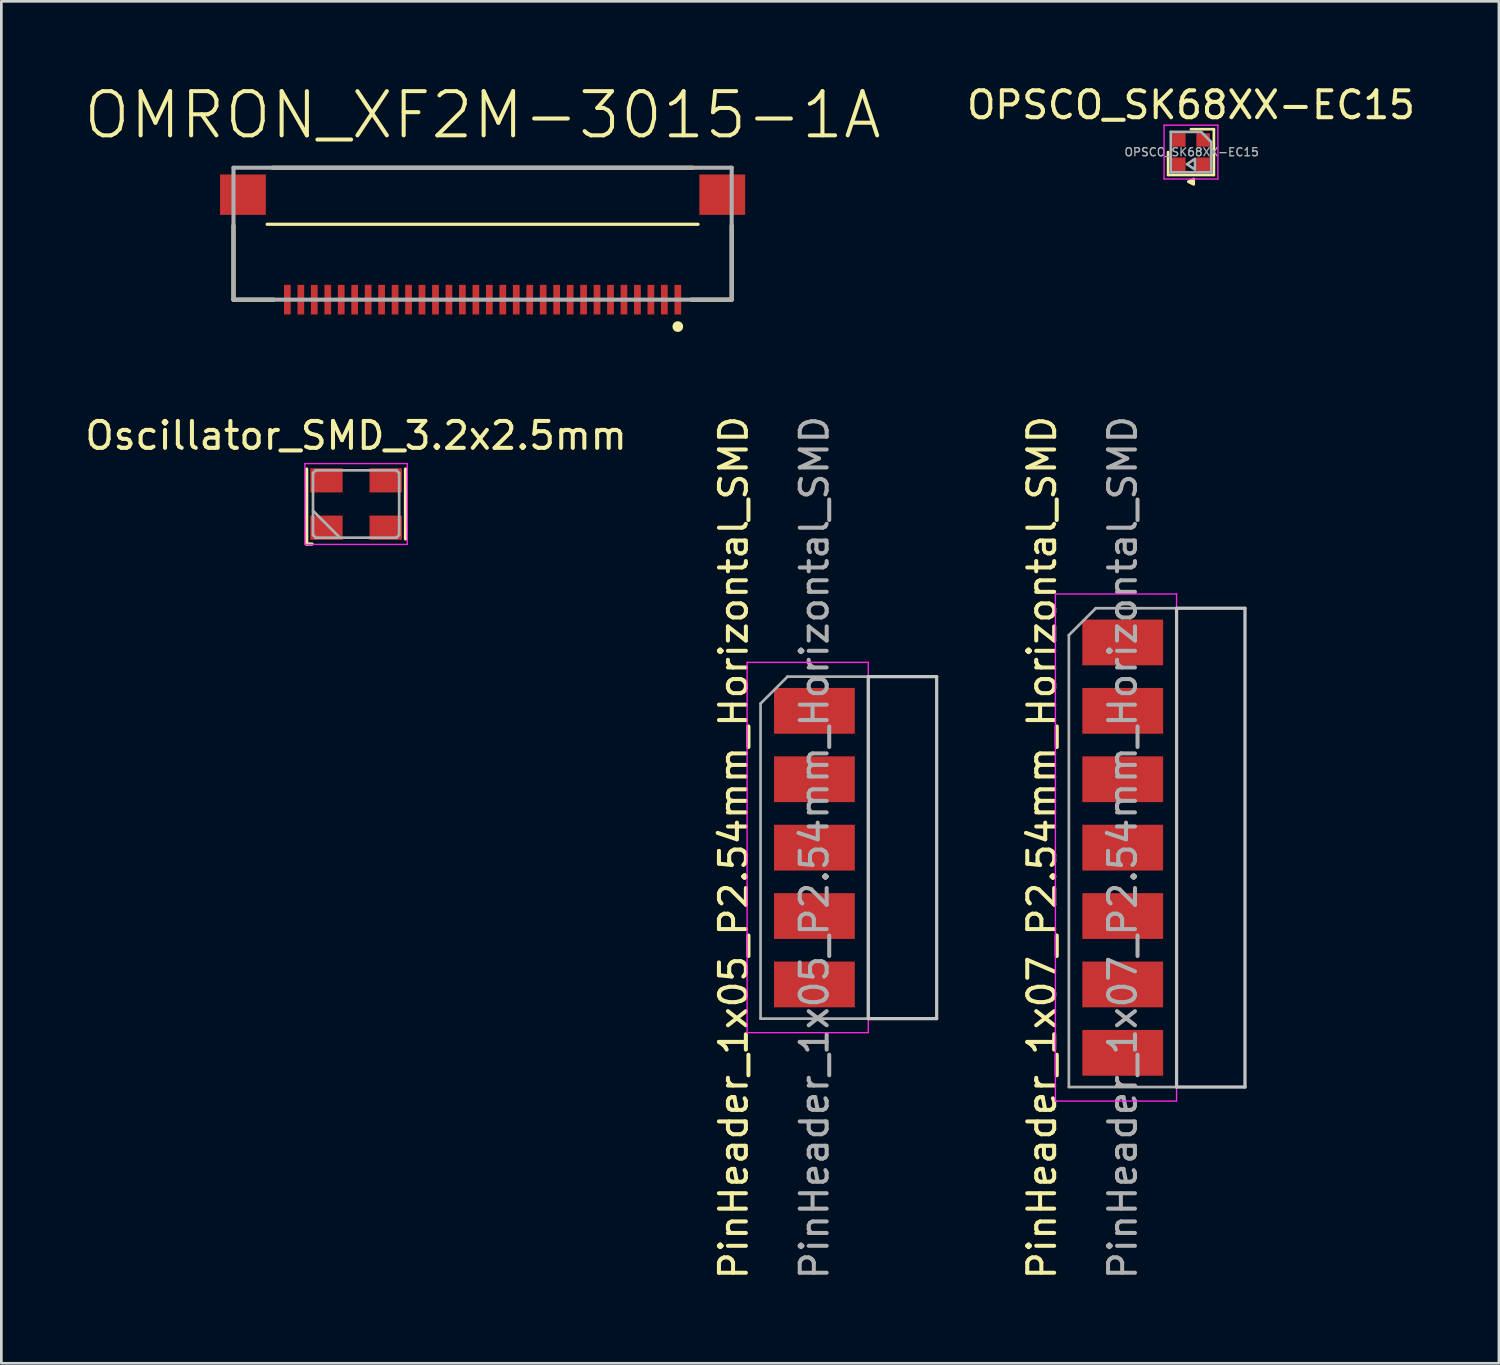
<source format=kicad_pcb>
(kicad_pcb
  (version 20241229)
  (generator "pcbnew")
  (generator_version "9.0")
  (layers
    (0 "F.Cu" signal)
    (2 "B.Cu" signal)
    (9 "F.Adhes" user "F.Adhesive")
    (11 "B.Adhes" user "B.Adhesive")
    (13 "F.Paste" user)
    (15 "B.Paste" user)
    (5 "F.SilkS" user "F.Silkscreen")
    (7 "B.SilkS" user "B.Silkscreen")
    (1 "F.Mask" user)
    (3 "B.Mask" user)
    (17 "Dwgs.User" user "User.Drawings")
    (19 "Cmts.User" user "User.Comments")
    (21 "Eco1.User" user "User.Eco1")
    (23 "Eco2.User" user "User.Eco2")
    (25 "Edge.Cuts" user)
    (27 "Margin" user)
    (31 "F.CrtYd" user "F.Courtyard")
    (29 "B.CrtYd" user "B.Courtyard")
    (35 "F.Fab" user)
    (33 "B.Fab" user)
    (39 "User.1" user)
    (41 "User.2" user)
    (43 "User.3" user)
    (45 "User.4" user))
  (footprint "OPSCO_SK68XX-EC15"
    (layer "F.Cu")
    (at 41.177 2.598)
    (property "Reference" "OPSCO_SK68XX-EC15" (at 0 -1.75 0) (layer "F.SilkS") (effects (font (size 1 1) (thickness 0.15))))
    (attr smd)
    (fp_line (start -0.85 0) (end -0.85 0.85) (stroke (width 0.1) (type solid)) (layer "F.SilkS"))
    (fp_line (start -0.85 0.85) (end 0.85 0.85) (stroke (width 0.1) (type solid)) (layer "F.SilkS"))
    (fp_line (start 0.85 -0.85) (end 0 -0.85) (stroke (width 0.1) (type solid)) (layer "F.SilkS"))
    (fp_line (start 0.85 0.85) (end 0.85 -0.85) (stroke (width 0.1) (type solid)) (layer "F.SilkS"))
    (fp_poly (pts (xy 0.1 1.2) (xy -0.1 1.1) (xy 0.1 1)) (stroke (width 0.1) (type solid)) (fill yes) (layer "F.SilkS"))
    (fp_line (start -1 -1) (end 1 -1) (stroke (width 0.05) (type solid)) (layer "F.CrtYd"))
    (fp_line (start -1 1) (end -1 -1) (stroke (width 0.05) (type solid)) (layer "F.CrtYd"))
    (fp_line (start 1 -1) (end 1 1) (stroke (width 0.05) (type solid)) (layer "F.CrtYd"))
    (fp_line (start 1 1) (end -1 1) (stroke (width 0.05) (type solid)) (layer "F.CrtYd"))
    (fp_line (start -0.75 -0.75) (end 0.375 -0.75) (stroke (width 0.1) (type solid)) (layer "F.Fab"))
    (fp_line (start -0.75 0.75) (end -0.75 -0.75) (stroke (width 0.1) (type solid)) (layer "F.Fab"))
    (fp_line (start 0.375 -0.75) (end 0.75 -0.375) (stroke (width 0.1) (type solid)) (layer "F.Fab"))
    (fp_line (start 0.75 -0.375) (end 0.75 0.75) (stroke (width 0.1) (type solid)) (layer "F.Fab"))
    (fp_line (start 0.75 0.75) (end -0.75 0.75) (stroke (width 0.1) (type solid)) (layer "F.Fab"))
    (fp_poly (pts (xy 0.15 0.25) (xy -0.15 0.45) (xy 0.15 0.65)) (stroke (width 0.1) (type solid)) (fill no) (layer "F.Fab"))
    (fp_text user "${REFERENCE}" (at 0.025 0 0) (layer "F.Fab") (effects (font (size 0.3 0.3) (thickness 0.05))))
    (pad "1" smd rect (at -0.45 -0.45) (size 0.5 0.5) (layers "F.Cu" "F.Mask" "F.Paste"))
    (pad "2" smd rect (at -0.45 0.45) (size 0.5 0.5) (layers "F.Cu" "F.Mask" "F.Paste"))
    (pad "3" smd rect (at 0.45 0.45) (size 0.5 0.5) (layers "F.Cu" "F.Mask" "F.Paste"))
    (pad "4" smd rect (at 0.45 -0.45) (size 0.5 0.5) (layers "F.Cu" "F.Mask" "F.Paste")))
  (footprint "Oscillator_SMD_3.2x2.5mm"
    (layer "F.Cu")
    (at 10.173 15.666)
    (property "Reference" "Oscillator_SMD_3.2x2.5mm" (at 0 -2.54 0) (layer "F.SilkS") (effects (font (size 1 1) (thickness 0.15))))
    (attr through_hole)
    (fp_line (start -1.835 1.485) (end -1.835 -1.3) (stroke (width 0.12) (type solid)) (layer "F.SilkS"))
    (fp_line (start -1.635 1.485) (end -1.835 1.485) (stroke (width 0.12) (type solid)) (layer "F.SilkS"))
    (fp_line (start 1.835 -1.3) (end 1.835 1.3) (stroke (width 0.12) (type solid)) (layer "F.SilkS"))
    (fp_line (start -1.9 -1.5) (end -1.9 1.5) (stroke (width 0.05) (type solid)) (layer "F.CrtYd"))
    (fp_line (start -1.9 1.5) (end 1.9 1.5) (stroke (width 0.05) (type solid)) (layer "F.CrtYd"))
    (fp_line (start 1.9 -1.5) (end -1.9 -1.5) (stroke (width 0.05) (type solid)) (layer "F.CrtYd"))
    (fp_line (start 1.9 1.5) (end 1.9 -1.5) (stroke (width 0.05) (type solid)) (layer "F.CrtYd"))
    (fp_line (start -1.6 -1.15) (end -1.5 -1.25) (stroke (width 0.1) (type solid)) (layer "F.Fab"))
    (fp_line (start -1.6 0.25) (end -0.6 1.25) (stroke (width 0.1) (type solid)) (layer "F.Fab"))
    (fp_line (start -1.6 1.15) (end -1.6 -1.15) (stroke (width 0.1) (type solid)) (layer "F.Fab"))
    (fp_line (start -1.5 -1.25) (end 1.5 -1.25) (stroke (width 0.1) (type solid)) (layer "F.Fab"))
    (fp_line (start -1.5 1.25) (end -1.6 1.15) (stroke (width 0.1) (type solid)) (layer "F.Fab"))
    (fp_line (start 1.5 -1.25) (end 1.6 -1.15) (stroke (width 0.1) (type solid)) (layer "F.Fab"))
    (fp_line (start 1.5 1.25) (end -1.5 1.25) (stroke (width 0.1) (type solid)) (layer "F.Fab"))
    (fp_line (start 1.6 -1.15) (end 1.6 1.15) (stroke (width 0.1) (type solid)) (layer "F.Fab"))
    (fp_line (start 1.6 1.15) (end 1.5 1.25) (stroke (width 0.1) (type solid)) (layer "F.Fab"))
    (pad "1" smd rect (at -1.1 0.88) (size 1.2 0.9) (layers "F.Cu" "F.Mask" "F.Paste"))
    (pad "2" smd rect (at 1.1 0.88) (size 1.2 0.9) (layers "F.Cu" "F.Mask" "F.Paste"))
    (pad "3" smd rect (at 1.1 -0.88) (size 1.2 0.9) (layers "F.Cu" "F.Mask" "F.Paste"))
    (pad "4" smd rect (at -1.1 -0.88) (size 1.2 0.9) (layers "F.Cu" "F.Mask" "F.Paste")))
  (footprint "PinHeader_1x07_P2.54mm_Horizontal_SMD"
    (layer "F.Cu")
    (at 40.642 20.807)
    (property "Reference" "PinHeader_1x07_P2.54mm_Horizontal_SMD" (at -5 7.62 90) (layer "F.SilkS") (effects (font (size 1 1) (thickness 0.15))))
    (attr smd)
    (fp_line (start 0 -1.27) (end 2.54 -1.27) (stroke (width 0.12) (type solid)) (layer "Dwgs.User"))
    (fp_line (start 0 16.51) (end 0 -1.27) (stroke (width 0.12) (type solid)) (layer "Dwgs.User"))
    (fp_line (start 2.54 -1.27) (end 2.54 16.51) (stroke (width 0.12) (type solid)) (layer "Dwgs.User"))
    (fp_line (start 2.54 16.51) (end 0 16.51) (stroke (width 0.12) (type solid)) (layer "Dwgs.User"))
    (fp_line (start -4.5 -1.8) (end -4.5 17.03) (stroke (width 0.05) (type solid)) (layer "F.CrtYd"))
    (fp_line (start -4.5 -1.8) (end 0 -1.8) (stroke (width 0.05) (type solid)) (layer "F.CrtYd"))
    (fp_line (start -4.5 17.03) (end 0 17.03) (stroke (width 0.05) (type solid)) (layer "F.CrtYd"))
    (fp_line (start 0 17.03) (end 0 -1.8) (stroke (width 0.05) (type solid)) (layer "F.CrtYd"))
    (fp_line (start -4 -0.27) (end -3 -1.27) (stroke (width 0.1) (type solid)) (layer "F.Fab"))
    (fp_line (start -4 16.51) (end -4 -0.27) (stroke (width 0.1) (type solid)) (layer "F.Fab"))
    (fp_line (start -3 -1.27) (end 0 -1.27) (stroke (width 0.1) (type solid)) (layer "F.Fab"))
    (fp_line (start 0 -1.27) (end 0 11.43) (stroke (width 0.1) (type solid)) (layer "F.Fab"))
    (fp_line (start 0 16.51) (end -4 16.51) (stroke (width 0.1) (type solid)) (layer "F.Fab"))
    (fp_text user "${REFERENCE}" (at -2 7.62 90) (layer "F.Fab") (effects (font (size 1 1) (thickness 0.15))))
    (pad "1" smd rect (at -2 0) (size 3 1.7) (layers "F.Cu" "F.Mask" "F.Paste"))
    (pad "2" smd rect (at -2 2.54) (size 3 1.7) (layers "F.Cu" "F.Mask" "F.Paste"))
    (pad "3" smd rect (at -2 5.08) (size 3 1.7) (layers "F.Cu" "F.Mask" "F.Paste"))
    (pad "4" smd rect (at -2 7.62) (size 3 1.7) (layers "F.Cu" "F.Mask" "F.Paste"))
    (pad "5" smd rect (at -2 10.16) (size 3 1.7) (layers "F.Cu" "F.Mask" "F.Paste"))
    (pad "6" smd rect (at -2 12.7) (size 3 1.7) (layers "F.Cu" "F.Mask" "F.Paste"))
    (pad "7" smd rect (at -2 15.24) (size 3 1.7) (layers "F.Cu" "F.Mask" "F.Paste")))
  (footprint "OMRON_XF2M-3015-1A"
    (layer "F.Cu")
    (at 14.871 8.078)
    (property "Reference" "OMRON_XF2M-3015-1A" (at 0 -6.854 0) (layer "F.SilkS") (effects (font (size 1.641 1.641) (thickness 0.15))))
    (attr through_hole)
    (fp_line (start -9.25 -2.75) (end -9.25 0) (stroke (width 0.152) (type solid)) (layer "F.SilkS"))
    (fp_line (start -9.25 0) (end -7.75 0) (stroke (width 0.152) (type solid)) (layer "F.SilkS"))
    (fp_line (start -8 -2.8) (end 8 -2.8) (stroke (width 0.12) (type solid)) (layer "F.SilkS"))
    (fp_line (start 7.75 0) (end 9.25 0) (stroke (width 0.152) (type solid)) (layer "F.SilkS"))
    (fp_line (start 7.8 -4.9) (end -7.8 -4.9) (stroke (width 0.152) (type solid)) (layer "F.SilkS"))
    (fp_line (start 9.25 0) (end 9.25 -2.75) (stroke (width 0.152) (type solid)) (layer "F.SilkS"))
    (fp_circle (center 7.25 1) (end 7.35 1) (stroke (width 0.2) (type solid)) (fill no) (layer "F.SilkS"))
    (fp_line (start -9.25 -4.9) (end -9.25 0) (stroke (width 0.152) (type solid)) (layer "F.Fab"))
    (fp_line (start -9.25 0) (end 9.25 0) (stroke (width 0.152) (type solid)) (layer "F.Fab"))
    (fp_line (start 9.25 -4.9) (end -9.25 -4.9) (stroke (width 0.152) (type solid)) (layer "F.Fab"))
    (fp_line (start 9.25 0) (end 9.25 -4.9) (stroke (width 0.152) (type solid)) (layer "F.Fab"))
    (pad "" smd rect (at -8.9 -3.9) (size 1.7 1.5) (layers "F.Cu" "F.Mask" "F.Paste"))
    (pad "" smd rect (at 8.9 -3.9) (size 1.7 1.5) (layers "F.Cu" "F.Mask" "F.Paste"))
    (pad "1" smd rect (at 7.25 0) (size 0.25 1.1) (layers "F.Cu" "F.Mask" "F.Paste"))
    (pad "2" smd rect (at 6.75 0) (size 0.25 1.1) (layers "F.Cu" "F.Mask" "F.Paste"))
    (pad "3" smd rect (at 6.25 0) (size 0.25 1.1) (layers "F.Cu" "F.Mask" "F.Paste"))
    (pad "4" smd rect (at 5.75 0) (size 0.25 1.1) (layers "F.Cu" "F.Mask" "F.Paste"))
    (pad "5" smd rect (at 5.25 0) (size 0.25 1.1) (layers "F.Cu" "F.Mask" "F.Paste"))
    (pad "6" smd rect (at 4.75 0) (size 0.25 1.1) (layers "F.Cu" "F.Mask" "F.Paste"))
    (pad "7" smd rect (at 4.25 0) (size 0.25 1.1) (layers "F.Cu" "F.Mask" "F.Paste"))
    (pad "8" smd rect (at 3.75 0) (size 0.25 1.1) (layers "F.Cu" "F.Mask" "F.Paste"))
    (pad "9" smd rect (at 3.25 0) (size 0.25 1.1) (layers "F.Cu" "F.Mask" "F.Paste"))
    (pad "10" smd rect (at 2.75 0) (size 0.25 1.1) (layers "F.Cu" "F.Mask" "F.Paste"))
    (pad "11" smd rect (at 2.25 0) (size 0.25 1.1) (layers "F.Cu" "F.Mask" "F.Paste"))
    (pad "12" smd rect (at 1.75 0) (size 0.25 1.1) (layers "F.Cu" "F.Mask" "F.Paste"))
    (pad "13" smd rect (at 1.25 0) (size 0.25 1.1) (layers "F.Cu" "F.Mask" "F.Paste"))
    (pad "14" smd rect (at 0.75 0) (size 0.25 1.1) (layers "F.Cu" "F.Mask" "F.Paste"))
    (pad "15" smd rect (at 0.25 0) (size 0.25 1.1) (layers "F.Cu" "F.Mask" "F.Paste"))
    (pad "16" smd rect (at -0.25 0) (size 0.25 1.1) (layers "F.Cu" "F.Mask" "F.Paste"))
    (pad "17" smd rect (at -0.75 0) (size 0.25 1.1) (layers "F.Cu" "F.Mask" "F.Paste"))
    (pad "18" smd rect (at -1.25 0) (size 0.25 1.1) (layers "F.Cu" "F.Mask" "F.Paste"))
    (pad "19" smd rect (at -1.75 0) (size 0.25 1.1) (layers "F.Cu" "F.Mask" "F.Paste"))
    (pad "20" smd rect (at -2.25 0) (size 0.25 1.1) (layers "F.Cu" "F.Mask" "F.Paste"))
    (pad "21" smd rect (at -2.75 0) (size 0.25 1.1) (layers "F.Cu" "F.Mask" "F.Paste"))
    (pad "22" smd rect (at -3.25 0) (size 0.25 1.1) (layers "F.Cu" "F.Mask" "F.Paste"))
    (pad "23" smd rect (at -3.75 0) (size 0.25 1.1) (layers "F.Cu" "F.Mask" "F.Paste"))
    (pad "24" smd rect (at -4.25 0) (size 0.25 1.1) (layers "F.Cu" "F.Mask" "F.Paste"))
    (pad "25" smd rect (at -4.75 0) (size 0.25 1.1) (layers "F.Cu" "F.Mask" "F.Paste"))
    (pad "26" smd rect (at -5.25 0) (size 0.25 1.1) (layers "F.Cu" "F.Mask" "F.Paste"))
    (pad "27" smd rect (at -5.75 0) (size 0.25 1.1) (layers "F.Cu" "F.Mask" "F.Paste"))
    (pad "28" smd rect (at -6.25 0) (size 0.25 1.1) (layers "F.Cu" "F.Mask" "F.Paste"))
    (pad "29" smd rect (at -6.75 0) (size 0.25 1.1) (layers "F.Cu" "F.Mask" "F.Paste"))
    (pad "30" smd rect (at -7.25 0) (size 0.25 1.1) (layers "F.Cu" "F.Mask" "F.Paste")))
  (footprint "PinHeader_1x05_P2.54mm_Horizontal_SMD"
    (layer "F.Cu")
    (at 29.193 23.347)
    (property "Reference" "PinHeader_1x05_P2.54mm_Horizontal_SMD" (at -5 5.08 90) (layer "F.SilkS") (effects (font (size 1 1) (thickness 0.15))))
    (attr through_hole)
    (fp_line (start 0 -1.27) (end 2.54 -1.27) (stroke (width 0.12) (type solid)) (layer "Dwgs.User"))
    (fp_line (start 0 11.43) (end 0 -1.27) (stroke (width 0.12) (type solid)) (layer "Dwgs.User"))
    (fp_line (start 2.54 -1.27) (end 2.54 11.43) (stroke (width 0.12) (type solid)) (layer "Dwgs.User"))
    (fp_line (start 2.54 11.43) (end 0 11.43) (stroke (width 0.12) (type solid)) (layer "Dwgs.User"))
    (fp_line (start -4.5 -1.8) (end -4.5 11.95) (stroke (width 0.05) (type solid)) (layer "F.CrtYd"))
    (fp_line (start -4.5 -1.8) (end 0 -1.8) (stroke (width 0.05) (type solid)) (layer "F.CrtYd"))
    (fp_line (start -4.5 11.95) (end 0 11.95) (stroke (width 0.05) (type solid)) (layer "F.CrtYd"))
    (fp_line (start 0 11.95) (end 0 -1.8) (stroke (width 0.05) (type solid)) (layer "F.CrtYd"))
    (fp_line (start -4 -0.27) (end -3 -1.27) (stroke (width 0.1) (type solid)) (layer "F.Fab"))
    (fp_line (start -4 11.43) (end -4 -0.27) (stroke (width 0.1) (type solid)) (layer "F.Fab"))
    (fp_line (start -3 -1.27) (end 0 -1.27) (stroke (width 0.1) (type solid)) (layer "F.Fab"))
    (fp_line (start 0 -1.27) (end 0 11.43) (stroke (width 0.1) (type solid)) (layer "F.Fab"))
    (fp_line (start 0 11.43) (end -4 11.43) (stroke (width 0.1) (type solid)) (layer "F.Fab"))
    (fp_text user "${REFERENCE}" (at -2 5.08 90) (layer "F.Fab") (effects (font (size 1 1) (thickness 0.15))))
    (pad "1" smd rect (at -2 0) (size 3 1.7) (layers "F.Cu" "F.Mask" "F.Paste"))
    (pad "2" smd rect (at -2 2.54) (size 3 1.7) (layers "F.Cu" "F.Mask" "F.Paste"))
    (pad "3" smd rect (at -2 5.08) (size 3 1.7) (layers "F.Cu" "F.Mask" "F.Paste"))
    (pad "4" smd rect (at -2 7.62) (size 3 1.7) (layers "F.Cu" "F.Mask" "F.Paste"))
    (pad "5" smd rect (at -2 10.16) (size 3 1.7) (layers "F.Cu" "F.Mask" "F.Paste")))
  (gr_rect
    (start -3 -3)
    (end 52.612 47.575)
    (stroke (width 0.1) (type default))
    (fill no)
    (layer "Edge.Cuts")))
</source>
